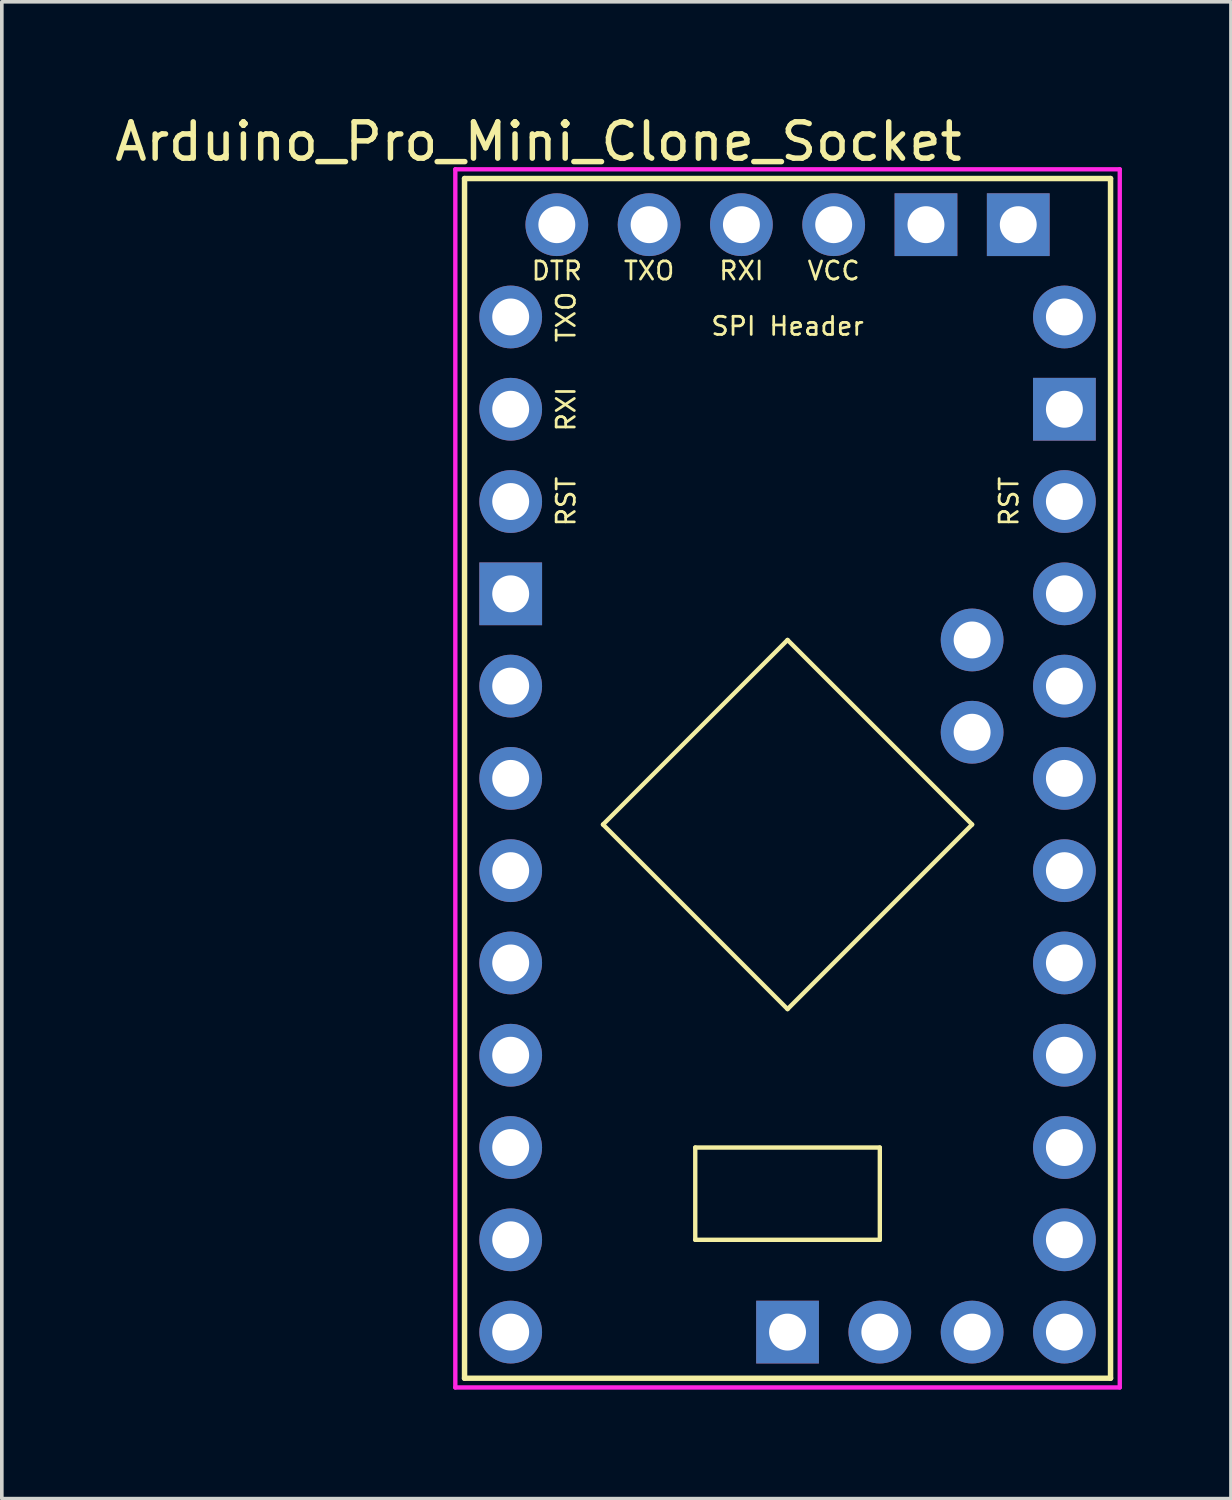
<source format=kicad_pcb>
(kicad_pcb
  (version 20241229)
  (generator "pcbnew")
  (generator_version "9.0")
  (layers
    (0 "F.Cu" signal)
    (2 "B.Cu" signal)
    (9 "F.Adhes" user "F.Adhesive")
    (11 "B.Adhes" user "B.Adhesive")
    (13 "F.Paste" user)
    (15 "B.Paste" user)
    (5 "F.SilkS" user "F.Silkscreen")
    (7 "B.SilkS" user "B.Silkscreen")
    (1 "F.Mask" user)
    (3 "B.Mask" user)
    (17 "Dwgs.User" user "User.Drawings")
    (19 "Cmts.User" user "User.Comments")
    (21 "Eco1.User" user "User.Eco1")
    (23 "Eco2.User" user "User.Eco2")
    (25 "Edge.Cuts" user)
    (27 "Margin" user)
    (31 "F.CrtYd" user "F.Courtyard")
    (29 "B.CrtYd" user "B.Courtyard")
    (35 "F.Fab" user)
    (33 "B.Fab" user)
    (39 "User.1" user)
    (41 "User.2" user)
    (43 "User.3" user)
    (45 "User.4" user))
  (footprint "Arduino_Pro_Mini_Clone_Socket"
    (layer "F.Cu")
    (at 18.626 18.374)
    (property "Reference" "Arduino_Pro_Mini_Clone_Socket" (at -6.858 -17.526 0) (layer "F.SilkS") (effects (font (size 1 1) (thickness 0.15))))
    (attr through_hole)
    (fp_line (start -8.89 -16.51) (end -8.89 16.51) (stroke (width 0.15) (type solid)) (layer "F.SilkS"))
    (fp_line (start -5.08 1.27) (end 0 6.35) (stroke (width 0.12) (type solid)) (layer "F.SilkS"))
    (fp_line (start -2.54 10.16) (end 2.54 10.16) (stroke (width 0.12) (type solid)) (layer "F.SilkS"))
    (fp_line (start -2.54 12.7) (end -2.54 10.16) (stroke (width 0.12) (type solid)) (layer "F.SilkS"))
    (fp_line (start 0 -3.81) (end -5.08 1.27) (stroke (width 0.12) (type solid)) (layer "F.SilkS"))
    (fp_line (start 0 6.35) (end 5.08 1.27) (stroke (width 0.12) (type solid)) (layer "F.SilkS"))
    (fp_line (start 2.54 10.16) (end 2.54 12.7) (stroke (width 0.12) (type solid)) (layer "F.SilkS"))
    (fp_line (start 2.54 12.7) (end -2.54 12.7) (stroke (width 0.12) (type solid)) (layer "F.SilkS"))
    (fp_line (start 5.08 1.27) (end 0 -3.81) (stroke (width 0.12) (type solid)) (layer "F.SilkS"))
    (fp_line (start 8.89 -16.51) (end -8.89 -16.51) (stroke (width 0.15) (type solid)) (layer "F.SilkS"))
    (fp_line (start 8.89 -16.51) (end 8.89 16.51) (stroke (width 0.15) (type solid)) (layer "F.SilkS"))
    (fp_line (start 8.89 16.51) (end -8.89 16.51) (stroke (width 0.15) (type solid)) (layer "F.SilkS"))
    (fp_line (start -9.144 -16.764) (end 9.144 -16.764) (stroke (width 0.12) (type solid)) (layer "F.CrtYd"))
    (fp_line (start -9.144 16.764) (end -9.144 -16.764) (stroke (width 0.12) (type solid)) (layer "F.CrtYd"))
    (fp_line (start 9.144 -16.764) (end 9.144 16.764) (stroke (width 0.12) (type solid)) (layer "F.CrtYd"))
    (fp_line (start 9.144 16.764) (end -9.144 16.764) (stroke (width 0.12) (type solid)) (layer "F.CrtYd"))
    (fp_text user "RXI" (at -1.27 -13.97 0) (unlocked yes) (layer "F.SilkS") (effects (font (size 0.5 0.5) (thickness 0.075))))
    (fp_text user "RST" (at 6.096 -7.62 90) (layer "F.SilkS") (effects (font (size 0.5 0.5) (thickness 0.075))))
    (fp_text user "TXO" (at -3.81 -13.97 0) (unlocked yes) (layer "F.SilkS") (effects (font (size 0.5 0.5) (thickness 0.075))))
    (fp_text user "SPI Header" (at 0 -12.446 180) (layer "F.SilkS") (effects (font (size 0.5 0.5) (thickness 0.075))))
    (fp_text user "RST" (at -6.096 -7.62 90) (unlocked yes) (layer "F.SilkS") (effects (font (size 0.5 0.5) (thickness 0.075))))
    (fp_text user "DTR" (at -6.35 -13.97 0) (unlocked yes) (layer "F.SilkS") (effects (font (size 0.5 0.5) (thickness 0.075))))
    (fp_text user "VCC" (at 1.27 -13.97 0) (unlocked yes) (layer "F.SilkS") (effects (font (size 0.5 0.5) (thickness 0.075))))
    (fp_text user "TXO" (at -6.096 -12.7 90) (unlocked yes) (layer "F.SilkS") (effects (font (size 0.5 0.5) (thickness 0.075))))
    (fp_text user "RXI" (at -6.096 -10.16 90) (unlocked yes) (layer "F.SilkS") (effects (font (size 0.5 0.5) (thickness 0.075))))
    (pad "A0" thru_hole circle (at 7.62 5.08) (size 1.727 1.727) (drill 1.016) (layers "*.Cu" "*.Mask"))
    (pad "A1" thru_hole circle (at 7.62 2.54) (size 1.727 1.727) (drill 1.016) (layers "*.Cu" "*.Mask"))
    (pad "A2" thru_hole circle (at 7.62 0) (size 1.727 1.727) (drill 1.016) (layers "*.Cu" "*.Mask"))
    (pad "A3" thru_hole circle (at 7.62 -2.54) (size 1.727 1.727) (drill 1.016) (layers "*.Cu" "*.Mask"))
    (pad "A4" thru_hole circle (at 5.08 -1.27) (size 1.727 1.727) (drill 1.016) (layers "*.Cu" "*.Mask"))
    (pad "A5" thru_hole circle (at 5.08 -3.81) (size 1.727 1.727) (drill 1.016) (layers "*.Cu" "*.Mask"))
    (pad "A6" thru_hole circle (at 2.54 15.24) (size 1.727 1.727) (drill 1.016) (layers "*.Cu" "*.Mask"))
    (pad "A7" thru_hole circle (at 5.08 15.24) (size 1.727 1.727) (drill 1.016) (layers "*.Cu" "*.Mask"))
    (pad "D0" thru_hole circle (at -7.62 -10.16) (size 1.727 1.727) (drill 1.016) (layers "*.Cu" "*.Mask"))
    (pad "D1" thru_hole circle (at -7.62 -12.7) (size 1.727 1.727) (drill 1.016) (layers "*.Cu" "*.Mask"))
    (pad "D2" thru_hole circle (at -7.62 -2.54) (size 1.727 1.727) (drill 1.016) (layers "*.Cu" "*.Mask"))
    (pad "D3" thru_hole circle (at -7.62 0) (size 1.727 1.727) (drill 1.016) (layers "*.Cu" "*.Mask"))
    (pad "D4" thru_hole circle (at -7.62 2.54) (size 1.727 1.727) (drill 1.016) (layers "*.Cu" "*.Mask"))
    (pad "D5" thru_hole circle (at -7.62 5.08) (size 1.727 1.727) (drill 1.016) (layers "*.Cu" "*.Mask"))
    (pad "D6" thru_hole circle (at -7.62 7.62) (size 1.727 1.727) (drill 1.016) (layers "*.Cu" "*.Mask"))
    (pad "D7" thru_hole circle (at -7.62 10.16) (size 1.727 1.727) (drill 1.016) (layers "*.Cu" "*.Mask"))
    (pad "D8" thru_hole circle (at -7.62 12.7) (size 1.727 1.727) (drill 1.016) (layers "*.Cu" "*.Mask"))
    (pad "D9" thru_hole circle (at -7.62 15.24) (size 1.727 1.727) (drill 1.016) (layers "*.Cu" "*.Mask"))
    (pad "D10" thru_hole circle (at 7.62 15.24) (size 1.727 1.727) (drill 1.016) (layers "*.Cu" "*.Mask"))
    (pad "D11" thru_hole circle (at 7.62 12.7) (size 1.727 1.727) (drill 1.016) (layers "*.Cu" "*.Mask"))
    (pad "D12" thru_hole circle (at 7.62 10.16) (size 1.727 1.727) (drill 1.016) (layers "*.Cu" "*.Mask"))
    (pad "D13" thru_hole circle (at 7.62 7.62) (size 1.727 1.727) (drill 1.016) (layers "*.Cu" "*.Mask"))
    (pad "DTR" thru_hole circle (at -6.35 -15.24) (size 1.727 1.727) (drill 1.016) (layers "*.Cu" "*.Mask"))
    (pad "GND1" thru_hole rect (at -7.62 -5.08) (size 1.727 1.727) (drill 1.016) (layers "*.Cu" "*.Mask"))
    (pad "GND2" thru_hole rect (at 7.62 -10.16) (size 1.727 1.727) (drill 1.016) (layers "*.Cu" "*.Mask"))
    (pad "GND3" thru_hole rect (at 0 15.24) (size 1.727 1.727) (drill 1.016) (layers "*.Cu" "*.Mask"))
    (pad "GND4" thru_hole rect (at 3.81 -15.24) (size 1.727 1.727) (drill 1.016) (layers "*.Cu" "*.Mask"))
    (pad "GND5" thru_hole rect (at 6.35 -15.24) (size 1.727 1.727) (drill 1.016) (layers "*.Cu" "*.Mask"))
    (pad "RAW" thru_hole circle (at 7.62 -12.7) (size 1.727 1.727) (drill 1.016) (layers "*.Cu" "*.Mask"))
    (pad "RST1" thru_hole circle (at -7.62 -7.62) (size 1.727 1.727) (drill 1.016) (layers "*.Cu" "*.Mask"))
    (pad "RST2" thru_hole circle (at 7.62 -7.62) (size 1.727 1.727) (drill 1.016) (layers "*.Cu" "*.Mask"))
    (pad "RXI" thru_hole circle (at -1.27 -15.24) (size 1.727 1.727) (drill 1.016) (layers "*.Cu" "*.Mask"))
    (pad "TXO" thru_hole circle (at -3.81 -15.24) (size 1.727 1.727) (drill 1.016) (layers "*.Cu" "*.Mask"))
    (pad "Vcc1" thru_hole circle (at 7.62 -5.08) (size 1.727 1.727) (drill 1.016) (layers "*.Cu" "*.Mask"))
    (pad "Vcc2" thru_hole circle (at 1.27 -15.24) (size 1.727 1.727) (drill 1.016) (layers "*.Cu" "*.Mask")))
  (gr_rect
    (start -3 -3)
    (end 30.83 38.198)
    (stroke (width 0.1) (type default))
    (fill no)
    (layer "Edge.Cuts")))
</source>
